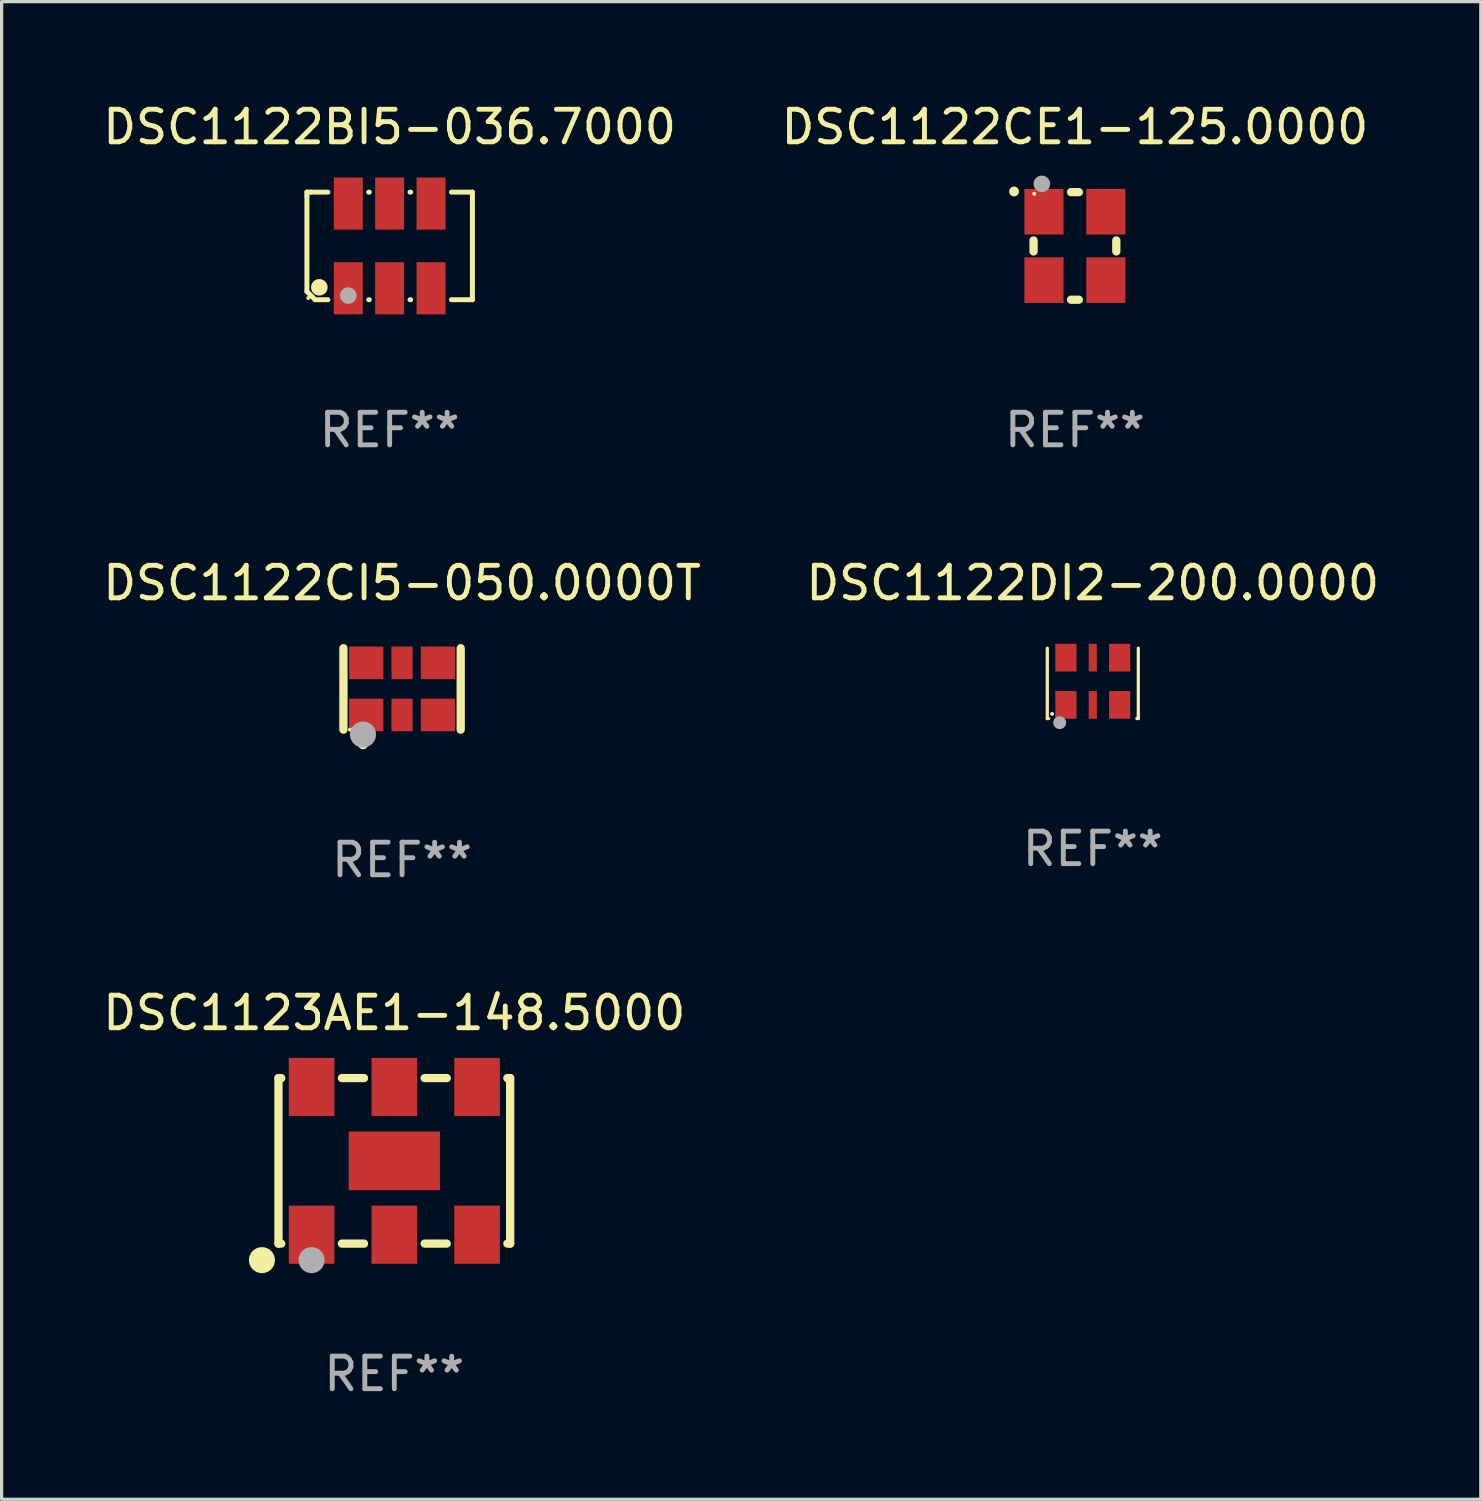
<source format=kicad_pcb>
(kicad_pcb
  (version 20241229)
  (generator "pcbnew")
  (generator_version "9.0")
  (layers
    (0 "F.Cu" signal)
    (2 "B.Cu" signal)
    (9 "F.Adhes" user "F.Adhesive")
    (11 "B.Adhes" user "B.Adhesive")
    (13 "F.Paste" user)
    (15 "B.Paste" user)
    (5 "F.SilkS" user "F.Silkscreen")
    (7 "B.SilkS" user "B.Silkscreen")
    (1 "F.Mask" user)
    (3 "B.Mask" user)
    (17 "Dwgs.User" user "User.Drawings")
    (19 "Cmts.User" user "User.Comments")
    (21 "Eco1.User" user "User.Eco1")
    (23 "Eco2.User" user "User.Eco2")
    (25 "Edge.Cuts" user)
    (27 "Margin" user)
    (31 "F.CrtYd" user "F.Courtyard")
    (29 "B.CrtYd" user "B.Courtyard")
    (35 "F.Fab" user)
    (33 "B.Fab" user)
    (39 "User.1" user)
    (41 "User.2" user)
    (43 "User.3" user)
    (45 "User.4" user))
  (footprint "DSC1122DI2-200.0000"
    (layer "F.Cu")
    (at 30.494 17.926)
    (property "Reference" "DSC1122DI2-200.0000" (at 0 -3.08 0) (layer "F.SilkS") (effects (font (size 1 1) (thickness 0.15))))
    (attr through_hole)
    (fp_line (start -1.397 -1.08) (end -1.397 1.08) (stroke (width 0.1) (type solid)) (layer "F.SilkS"))
    (fp_line (start -1.397 1.08) (end -1.354 1.08) (stroke (width 0.1) (type solid)) (layer "F.SilkS"))
    (fp_line (start 1.354 1.08) (end 1.397 1.08) (stroke (width 0.1) (type solid)) (layer "F.SilkS"))
    (fp_line (start 1.397 1.08) (end 1.397 -1.08) (stroke (width 0.1) (type solid)) (layer "F.SilkS"))
    (fp_circle (center -1.25 0.937) (end -1.22 0.937) (stroke (width 0.06) (type solid)) (fill no) (layer "F.SilkS"))
    (fp_circle (center -1.016 1.206) (end -0.916 1.206) (stroke (width 0.2) (type solid)) (fill no) (layer "F.Fab"))
    (fp_text user "REF**" (at 0 5.08 0) (layer "F.Fab") (effects (font (size 1 1) (thickness 0.15))))
    (pad "1" smd rect (at -0.825 0.662) (size 0.65 0.85) (layers "F.Cu" "F.Mask" "F.Paste"))
    (pad "2" smd rect (at 0 0.662) (size 0.25 0.85) (layers "F.Cu" "F.Mask" "F.Paste"))
    (pad "3" smd rect (at 0.825 0.662) (size 0.65 0.85) (layers "F.Cu" "F.Mask" "F.Paste"))
    (pad "4" smd rect (at 0.825 -0.789) (size 0.65 0.85) (layers "F.Cu" "F.Mask" "F.Paste"))
    (pad "5" smd rect (at 0 -0.789) (size 0.25 0.85) (layers "F.Cu" "F.Mask" "F.Paste"))
    (pad "6" smd rect (at -0.825 -0.789) (size 0.65 0.85) (layers "F.Cu" "F.Mask" "F.Paste")))
  (footprint "DSC1122CE1-125.0000"
    (layer "F.Cu")
    (at 29.946 4.499)
    (property "Reference" "DSC1122CE1-125.0000" (at 0 -3.651 0) (layer "F.SilkS") (effects (font (size 1 1) (thickness 0.15))))
    (attr through_hole)
    (fp_line (start -1.27 -0.169) (end -1.27 0.169) (stroke (width 0.254) (type solid)) (layer "F.SilkS"))
    (fp_line (start 0.119 -1.651) (end -0.119 -1.651) (stroke (width 0.254) (type solid)) (layer "F.SilkS"))
    (fp_line (start 0.119 1.651) (end -0.119 1.651) (stroke (width 0.254) (type solid)) (layer "F.SilkS"))
    (fp_line (start 1.27 -0.169) (end 1.27 0.169) (stroke (width 0.254) (type solid)) (layer "F.SilkS"))
    (fp_arc (start -1.868631 -1.669799) (mid -1.868636 -1.671069) (end -1.868631 -1.672339) (stroke (width 0.3) (type solid)) (layer "F.SilkS"))
    (fp_circle (center -1.25 -1.6) (end -1.22 -1.6) (stroke (width 0.06) (type solid)) (fill no) (layer "F.SilkS"))
    (fp_circle (center -1.016 -1.905) (end -0.889 -1.905) (stroke (width 0.254) (type solid)) (fill no) (layer "F.Fab"))
    (fp_text user "REF**" (at 0 5.651 0) (layer "F.Fab") (effects (font (size 1 1) (thickness 0.15))))
    (pad "1" smd rect (at -0.95 -1.05 90) (size 1.4 1.2) (layers "F.Cu" "F.Mask" "F.Paste"))
    (pad "2" smd rect (at -0.95 1.05 90) (size 1.4 1.2) (layers "F.Cu" "F.Mask" "F.Paste"))
    (pad "3" smd rect (at 0.95 1.05 90) (size 1.4 1.2) (layers "F.Cu" "F.Mask" "F.Paste"))
    (pad "4" smd rect (at 0.95 -1.05 90) (size 1.4 1.2) (layers "F.Cu" "F.Mask" "F.Paste")))
  (footprint "DSC1122CI5-050.0000T"
    (layer "F.Cu")
    (at 9.292 18.097)
    (property "Reference" "DSC1122CI5-050.0000T" (at 0 -3.25 0) (layer "F.SilkS") (effects (font (size 1 1) (thickness 0.15))))
    (attr through_hole)
    (fp_line (start -1.8 -1.25) (end -1.8 1.25) (stroke (width 0.254) (type solid)) (layer "F.SilkS"))
    (fp_line (start 1.8 -1.25) (end 1.8 1.25) (stroke (width 0.254) (type solid)) (layer "F.SilkS"))
    (fp_arc (start -1.2 1.7) (mid -1.19873 1.699995) (end -1.19746 1.7) (stroke (width 0.3) (type solid)) (layer "F.SilkS"))
    (fp_circle (center -1.6 1.25) (end -1.57 1.25) (stroke (width 0.06) (type solid)) (fill no) (layer "F.SilkS"))
    (fp_circle (center -1.2 1.4) (end -1 1.4) (stroke (width 0.4) (type solid)) (fill no) (layer "F.Fab"))
    (fp_text user "REF**" (at 0 5.25 0) (layer "F.Fab") (effects (font (size 1 1) (thickness 0.15))))
    (pad "1" smd rect (at -1.1 0.8) (size 1.05 1) (layers "F.Cu" "F.Mask" "F.Paste"))
    (pad "2" smd rect (at 0 0.8) (size 0.65 1) (layers "F.Cu" "F.Mask" "F.Paste"))
    (pad "3" smd rect (at 1.1 0.8) (size 1.05 1) (layers "F.Cu" "F.Mask" "F.Paste"))
    (pad "4" smd rect (at 1.1 -0.8) (size 1.05 1) (layers "F.Cu" "F.Mask" "F.Paste"))
    (pad "5" smd rect (at 0 -0.8) (size 0.65 1) (layers "F.Cu" "F.Mask" "F.Paste"))
    (pad "6" smd rect (at -1.1 -0.8 180) (size 1.05 1) (layers "F.Cu" "F.Mask" "F.Paste")))
  (footprint "DSC1122BI5-036.7000"
    (layer "F.Cu")
    (at 8.911 4.499)
    (property "Reference" "DSC1122BI5-036.7000" (at 0 -3.651 0) (layer "F.SilkS") (effects (font (size 1 1) (thickness 0.15))))
    (attr through_hole)
    (fp_line (start -2.54 -1.651) (end -2.413 -1.651) (stroke (width 0.152) (type solid)) (layer "F.SilkS"))
    (fp_line (start -2.54 -1.524) (end -2.54 -1.651) (stroke (width 0.152) (type solid)) (layer "F.SilkS"))
    (fp_line (start -2.54 1.397) (end -2.54 -1.524) (stroke (width 0.152) (type solid)) (layer "F.SilkS"))
    (fp_line (start -2.413 -1.651) (end -1.895 -1.651) (stroke (width 0.152) (type solid)) (layer "F.SilkS"))
    (fp_line (start -2.286 1.651) (end -2.54 1.397) (stroke (width 0.152) (type solid)) (layer "F.SilkS"))
    (fp_line (start -1.895 1.651) (end -2.286 1.651) (stroke (width 0.152) (type solid)) (layer "F.SilkS"))
    (fp_line (start -0.645 -1.651) (end -0.625 -1.651) (stroke (width 0.152) (type solid)) (layer "F.SilkS"))
    (fp_line (start -0.625 1.651) (end -0.645 1.651) (stroke (width 0.152) (type solid)) (layer "F.SilkS"))
    (fp_line (start 0.625 -1.651) (end 0.645 -1.651) (stroke (width 0.152) (type solid)) (layer "F.SilkS"))
    (fp_line (start 0.645 1.651) (end 0.625 1.651) (stroke (width 0.152) (type solid)) (layer "F.SilkS"))
    (fp_line (start 1.895 -1.651) (end 2.54 -1.651) (stroke (width 0.152) (type solid)) (layer "F.SilkS"))
    (fp_line (start 2.54 -1.651) (end 2.54 1.651) (stroke (width 0.152) (type solid)) (layer "F.SilkS"))
    (fp_line (start 2.54 1.651) (end 1.895 1.651) (stroke (width 0.152) (type solid)) (layer "F.SilkS"))
    (fp_circle (center -2.5 1.6) (end -2.47 1.6) (stroke (width 0.06) (type solid)) (fill no) (layer "F.SilkS"))
    (fp_circle (center -2.159 1.27) (end -2.032 1.27) (stroke (width 0.254) (type solid)) (fill no) (layer "F.SilkS"))
    (fp_circle (center -1.27 1.524) (end -1.143 1.524) (stroke (width 0.254) (type solid)) (fill no) (layer "F.Fab"))
    (fp_text user "REF**" (at 0 5.651 0) (layer "F.Fab") (effects (font (size 1 1) (thickness 0.15))))
    (pad "1" smd rect (at -1.27 1.3) (size 0.89 1.6) (layers "F.Cu" "F.Mask" "F.Paste"))
    (pad "2" smd rect (at 0 1.3) (size 0.89 1.6) (layers "F.Cu" "F.Mask" "F.Paste"))
    (pad "3" smd rect (at 1.27 1.3) (size 0.89 1.6) (layers "F.Cu" "F.Mask" "F.Paste"))
    (pad "4" smd rect (at 1.27 -1.3) (size 0.89 1.6) (layers "F.Cu" "F.Mask" "F.Paste"))
    (pad "5" smd rect (at 0 -1.3) (size 0.89 1.6) (layers "F.Cu" "F.Mask" "F.Paste"))
    (pad "6" smd rect (at -1.27 -1.3) (size 0.89 1.6) (layers "F.Cu" "F.Mask" "F.Paste")))
  (footprint "DSC1123AE1-148.5000"
    (layer "F.Cu")
    (at 9.054 32.583)
    (property "Reference" "DSC1123AE1-148.5000" (at 0 -4.54 0) (layer "F.SilkS") (effects (font (size 1 1) (thickness 0.15))))
    (attr through_hole)
    (fp_line (start -3.556 -2.54) (end -3.556 2.54) (stroke (width 0.254) (type solid)) (layer "F.SilkS"))
    (fp_line (start -3.556 2.54) (end -3.471 2.54) (stroke (width 0.254) (type solid)) (layer "F.SilkS"))
    (fp_line (start -3.471 -2.54) (end -3.556 -2.54) (stroke (width 0.254) (type solid)) (layer "F.SilkS"))
    (fp_line (start -1.609 2.54) (end -0.931 2.54) (stroke (width 0.254) (type solid)) (layer "F.SilkS"))
    (fp_line (start -0.931 -2.54) (end -1.609 -2.54) (stroke (width 0.254) (type solid)) (layer "F.SilkS"))
    (fp_line (start 0.931 2.54) (end 1.609 2.54) (stroke (width 0.254) (type solid)) (layer "F.SilkS"))
    (fp_line (start 1.609 -2.54) (end 0.931 -2.54) (stroke (width 0.254) (type solid)) (layer "F.SilkS"))
    (fp_line (start 3.471 2.54) (end 3.556 2.54) (stroke (width 0.254) (type solid)) (layer "F.SilkS"))
    (fp_line (start 3.556 -2.54) (end 3.471 -2.54) (stroke (width 0.254) (type solid)) (layer "F.SilkS"))
    (fp_line (start 3.556 2.54) (end 3.556 -2.54) (stroke (width 0.254) (type solid)) (layer "F.SilkS"))
    (fp_circle (center -4.064 3.048) (end -3.864 3.048) (stroke (width 0.4) (type solid)) (fill no) (layer "F.SilkS"))
    (fp_circle (center -3.5 2.5) (end -3.47 2.5) (stroke (width 0.06) (type solid)) (fill no) (layer "F.SilkS"))
    (fp_circle (center -2.54 3.048) (end -2.34 3.048) (stroke (width 0.4) (type solid)) (fill no) (layer "F.Fab"))
    (fp_text user "REF**" (at 0 6.54 0) (layer "F.Fab") (effects (font (size 1 1) (thickness 0.15))))
    (pad "1" smd rect (at -2.54 2.267) (size 1.4 1.785) (layers "F.Cu" "F.Mask" "F.Paste"))
    (pad "2" smd rect (at 0 2.267) (size 1.4 1.785) (layers "F.Cu" "F.Mask" "F.Paste"))
    (pad "3" smd rect (at 2.54 2.267) (size 1.4 1.785) (layers "F.Cu" "F.Mask" "F.Paste"))
    (pad "4" smd rect (at 2.54 -2.267) (size 1.4 1.785) (layers "F.Cu" "F.Mask" "F.Paste"))
    (pad "5" smd rect (at 0 -2.267) (size 1.4 1.785) (layers "F.Cu" "F.Mask" "F.Paste"))
    (pad "6" smd rect (at -2.54 -2.267) (size 1.4 1.785) (layers "F.Cu" "F.Mask" "F.Paste"))
    (pad "7" smd rect (at 0 0) (size 2.8 1.8) (layers "F.Cu" "F.Mask" "F.Paste")))
  (gr_rect
    (start -3 -3)
    (end 42.405 42.972)
    (stroke (width 0.1) (type default))
    (fill no)
    (layer "Edge.Cuts")))
</source>
